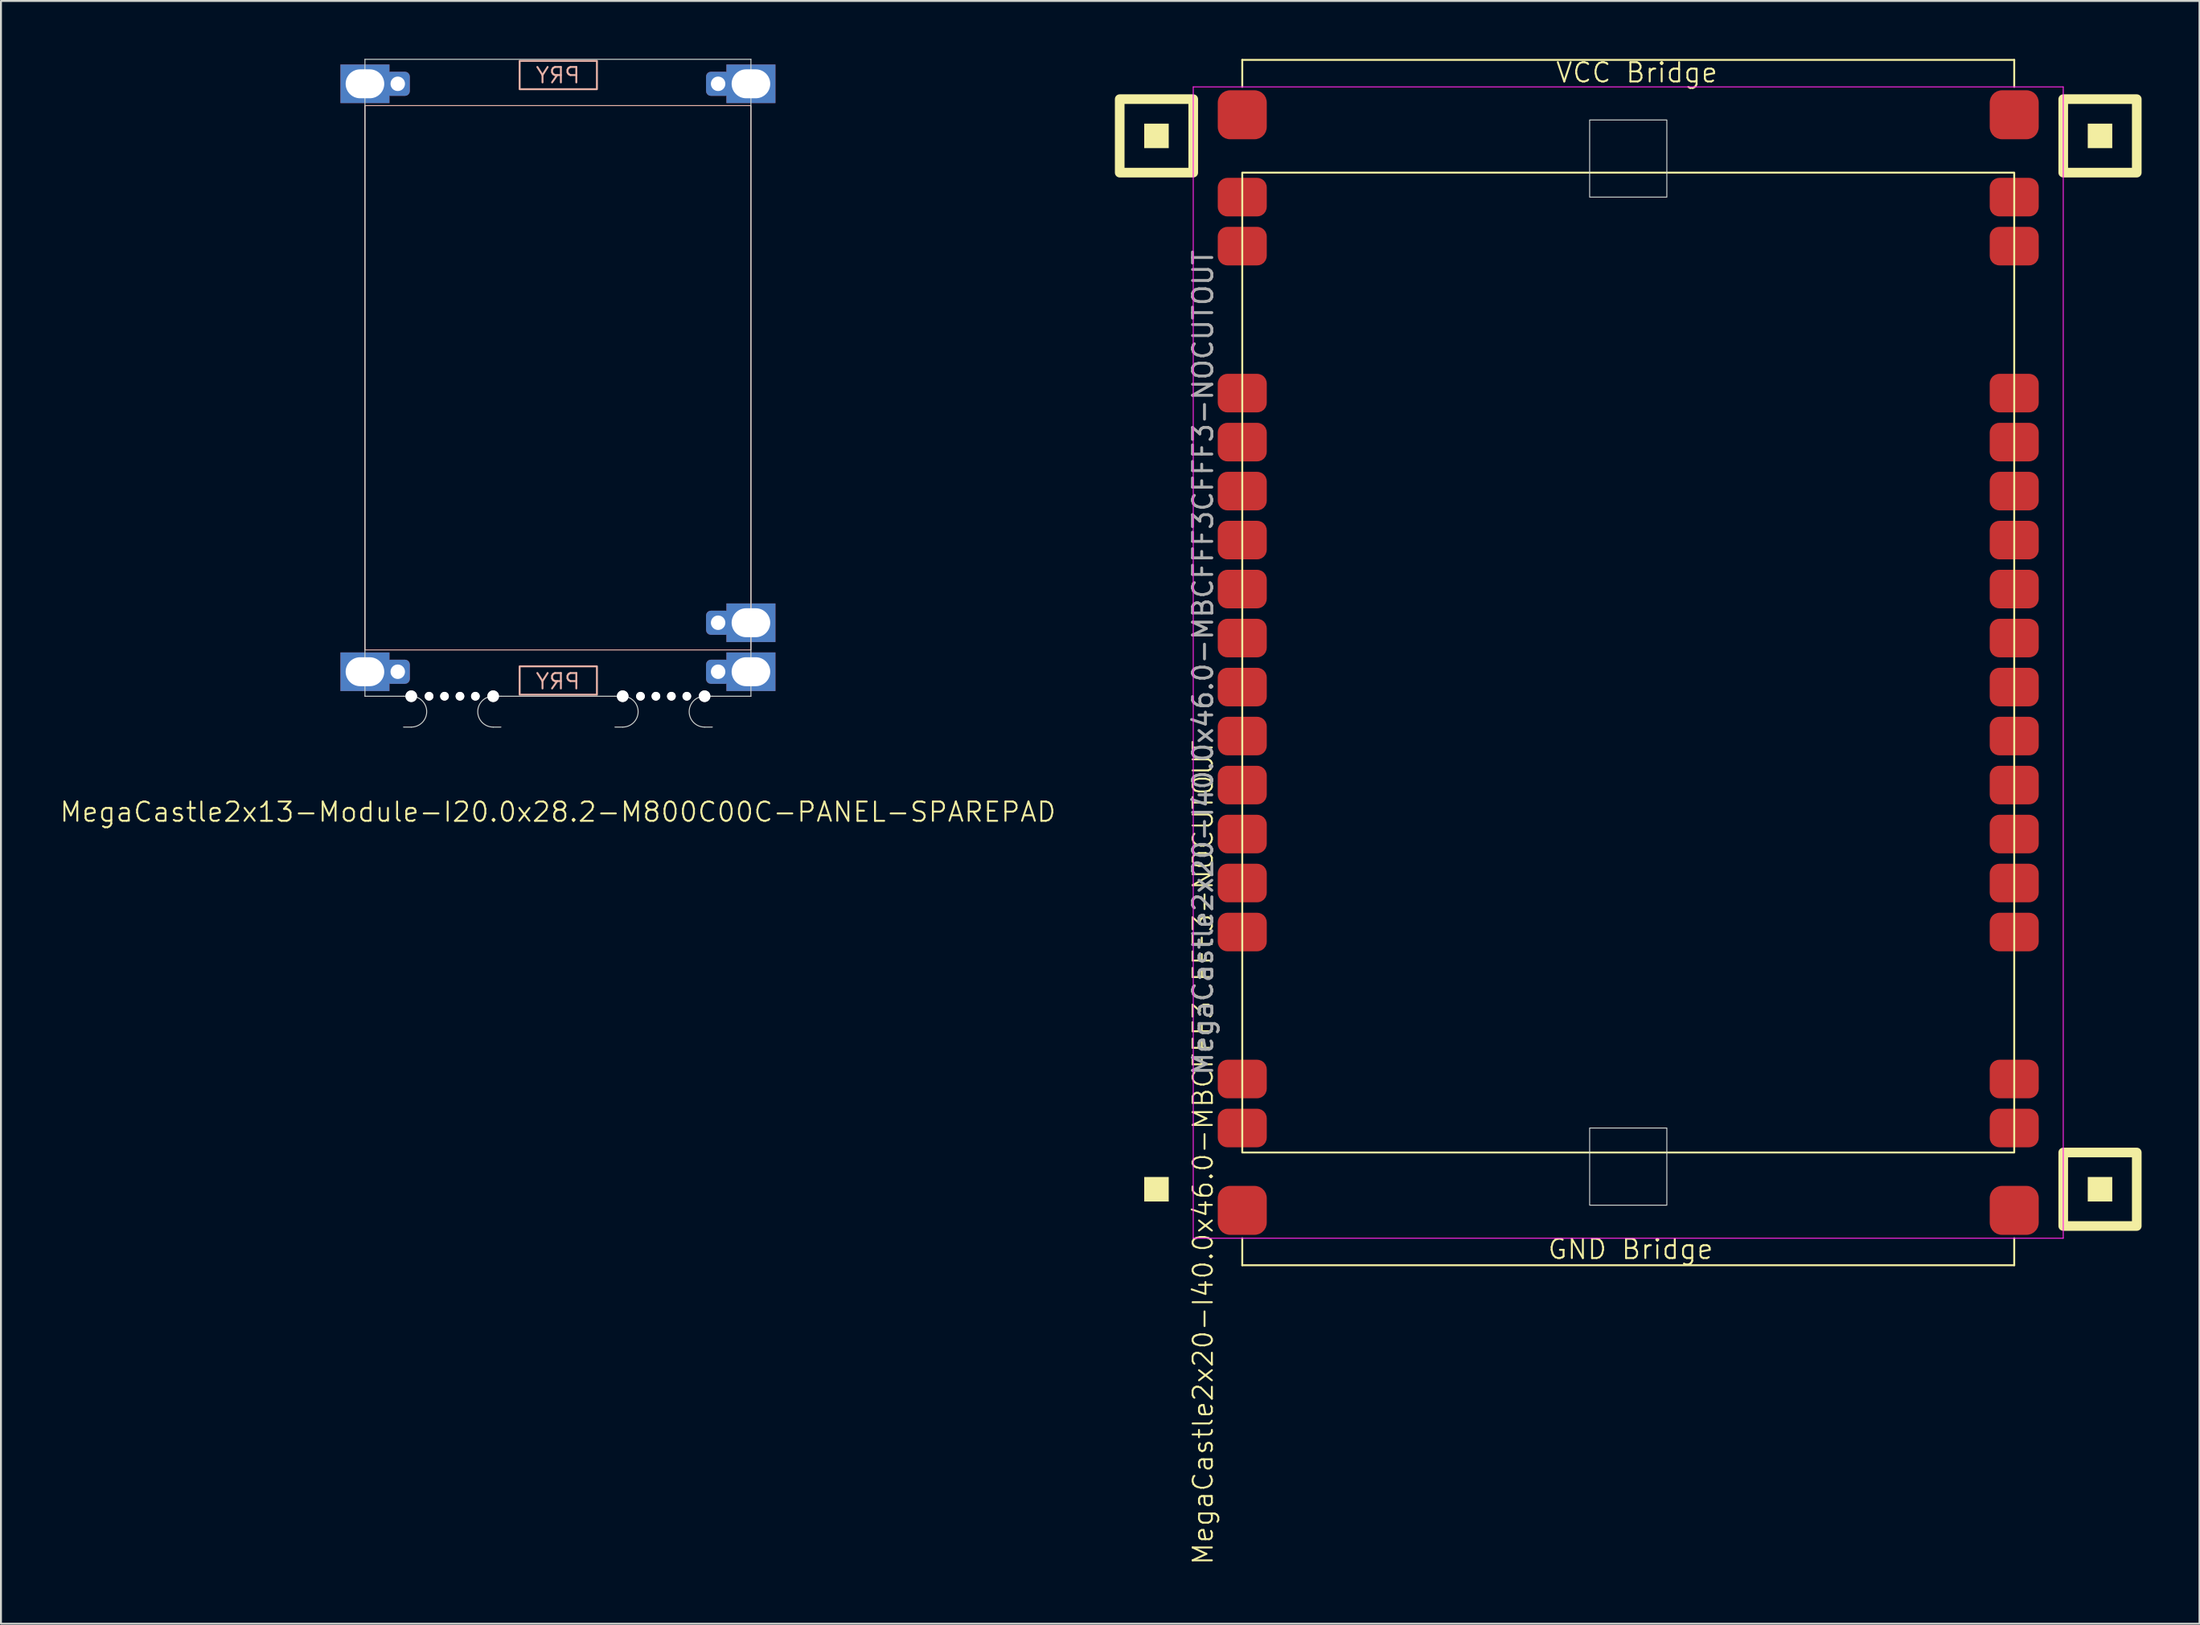
<source format=kicad_pcb>
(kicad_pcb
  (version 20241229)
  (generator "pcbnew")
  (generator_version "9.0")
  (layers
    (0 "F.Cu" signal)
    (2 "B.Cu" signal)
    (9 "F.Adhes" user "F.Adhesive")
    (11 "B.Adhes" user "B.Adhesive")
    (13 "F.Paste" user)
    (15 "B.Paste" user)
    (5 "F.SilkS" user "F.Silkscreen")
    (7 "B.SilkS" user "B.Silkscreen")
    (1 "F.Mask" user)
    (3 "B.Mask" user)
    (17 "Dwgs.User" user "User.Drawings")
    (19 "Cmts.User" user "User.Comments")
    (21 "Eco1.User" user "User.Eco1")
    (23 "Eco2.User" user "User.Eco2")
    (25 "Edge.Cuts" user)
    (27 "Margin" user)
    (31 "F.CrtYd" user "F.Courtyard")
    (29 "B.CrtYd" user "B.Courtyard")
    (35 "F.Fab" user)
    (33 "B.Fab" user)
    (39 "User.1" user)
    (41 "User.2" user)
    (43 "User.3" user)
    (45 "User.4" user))
  (footprint "MegaCastle2x13-Module-I20.0x28.2-M800C00C-PANEL-SPAREPAD"
    (layer "F.Cu")
    (at 25.86 16.535)
    (property "Reference" "MegaCastle2x13-Module-I20.0x28.2-M800C00C-PANEL-SPAREPAD" (at 0 22.51 0) (unlocked yes) (layer "F.SilkS") (effects (font (size 1 1) (thickness 0.1))))
    (attr smd)
    (fp_rect (start -10 14.11) (end 10 -14.11) (stroke (width 0.05) (type default)) (fill no) (layer "B.SilkS"))
    (fp_rect (start -1.984 -14.961) (end 2.02 -16.43) (stroke (width 0.1) (type default)) (fill no) (layer "B.SilkS"))
    (fp_rect (start -1.984 14.961) (end 2.02 16.43) (stroke (width 0.1) (type default)) (fill no) (layer "B.SilkS"))
    (fp_line (start -10 -16.51) (end -10 16.51) (stroke (width 0.05) (type default)) (layer "Edge.Cuts"))
    (fp_line (start -10 -16.51) (end 10 -16.51) (stroke (width 0.05) (type default)) (layer "Edge.Cuts"))
    (fp_line (start -10 16.51) (end -8 16.51) (stroke (width 0.05) (type default)) (layer "Edge.Cuts"))
    (fp_line (start -8 16.51) (end -7.6 16.51) (stroke (width 0.05) (type default)) (layer "Edge.Cuts"))
    (fp_line (start -8 18.11) (end -7.6 18.11) (stroke (width 0.05) (type default)) (layer "Edge.Cuts"))
    (fp_line (start -2.955 16.51) (end -3.355 16.51) (stroke (width 0.05) (type default)) (layer "Edge.Cuts"))
    (fp_line (start -2.955 16.51) (end 2.955 16.51) (stroke (width 0.05) (type default)) (layer "Edge.Cuts"))
    (fp_line (start -2.955 18.11) (end -3.355 18.11) (stroke (width 0.05) (type default)) (layer "Edge.Cuts"))
    (fp_line (start 2.955 16.51) (end 3.355 16.51) (stroke (width 0.05) (type default)) (layer "Edge.Cuts"))
    (fp_line (start 2.955 18.11) (end 3.355 18.11) (stroke (width 0.05) (type default)) (layer "Edge.Cuts"))
    (fp_line (start 8 16.51) (end 7.6 16.51) (stroke (width 0.05) (type default)) (layer "Edge.Cuts"))
    (fp_line (start 8 16.51) (end 10 16.51) (stroke (width 0.05) (type default)) (layer "Edge.Cuts"))
    (fp_line (start 8 18.11) (end 7.6 18.11) (stroke (width 0.05) (type default)) (layer "Edge.Cuts"))
    (fp_line (start 10 -16.51) (end 10 16.51) (stroke (width 0.05) (type default)) (layer "Edge.Cuts"))
    (fp_arc (start -7.6 16.51) (mid -6.8 17.309999) (end -7.6 18.110001) (stroke (width 0.05) (type default)) (layer "Edge.Cuts"))
    (fp_arc (start -3.355 18.110001) (mid -4.155 17.310001) (end -3.355 16.51) (stroke (width 0.05) (type default)) (layer "Edge.Cuts"))
    (fp_arc (start 3.355 16.51) (mid 4.155 17.309999) (end 3.355 18.110001) (stroke (width 0.05) (type default)) (layer "Edge.Cuts"))
    (fp_arc (start 7.6 18.110001) (mid 6.799999 17.31) (end 7.6 16.51) (stroke (width 0.05) (type default)) (layer "Edge.Cuts"))
    (fp_text user "PRY" (at 0 -15.21 0) (unlocked yes) (layer "B.SilkS") (effects (font (size 0.8 0.8) (thickness 0.1)) (justify bottom mirror)))
    (fp_text user "PRY" (at 0 16.21 0) (unlocked yes) (layer "B.SilkS") (effects (font (size 0.8 0.8) (thickness 0.1)) (justify bottom mirror)))
    (pad "" np_thru_hole circle (at -7.6 16.51) (size 0.6 0.6) (drill 0.6) (layers "*.Cu" "Edge.Cuts"))
    (pad "" np_thru_hole circle (at -6.678 16.51) (size 0.45 0.45) (drill 0.45) (layers "*.Cu" "Edge.Cuts"))
    (pad "" np_thru_hole circle (at -5.878 16.51) (size 0.45 0.45) (drill 0.45) (layers "*.Cu" "Edge.Cuts"))
    (pad "" np_thru_hole circle (at -5.077 16.51) (size 0.45 0.45) (drill 0.45) (layers "*.Cu" "Edge.Cuts"))
    (pad "" np_thru_hole circle (at -4.277 16.51) (size 0.45 0.45) (drill 0.45) (layers "*.Cu" "Edge.Cuts"))
    (pad "" np_thru_hole circle (at -3.355 16.51) (size 0.6 0.6) (drill 0.6) (layers "*.Cu" "Edge.Cuts"))
    (pad "" np_thru_hole circle (at 3.355 16.51) (size 0.6 0.6) (drill 0.6) (layers "*.Cu" "Edge.Cuts"))
    (pad "" np_thru_hole circle (at 4.277 16.51) (size 0.45 0.45) (drill 0.45) (layers "*.Cu" "Edge.Cuts"))
    (pad "" np_thru_hole circle (at 5.077 16.51) (size 0.45 0.45) (drill 0.45) (layers "*.Cu" "Edge.Cuts"))
    (pad "" np_thru_hole circle (at 5.878 16.51) (size 0.45 0.45) (drill 0.45) (layers "*.Cu" "Edge.Cuts"))
    (pad "" np_thru_hole circle (at 6.678 16.51) (size 0.45 0.45) (drill 0.45) (layers "*.Cu" "Edge.Cuts"))
    (pad "" np_thru_hole circle (at 7.6 16.51) (size 0.6 0.6) (drill 0.6) (layers "*.Cu" "Edge.Cuts"))
    (pad "1" thru_hole rect (at -10 -15.24) (size 2.54 2) (drill oval 2 1.5) (property pad_prop_castellated) (layers "*.Cu" "*.Mask"))
    (pad "1" thru_hole roundrect (at -8.3 -15.24 180) (size 1.25 1.25) (drill 0.75) (layers "*.Cu" "*.Mask") (roundrect_rratio 0.2))
    (pad "13" thru_hole rect (at -10 15.24) (size 2.54 2) (drill oval 2 1.5) (property pad_prop_castellated) (layers "*.Cu" "*.Mask"))
    (pad "13" thru_hole roundrect (at -8.3 15.24 180) (size 1.25 1.25) (drill 0.75) (layers "*.Cu" "*.Mask") (roundrect_rratio 0.2))
    (pad "14" thru_hole roundrect (at 8.3 -15.24 180) (size 1.25 1.25) (drill 0.75) (layers "*.Cu" "*.Mask") (roundrect_rratio 0.2))
    (pad "14" thru_hole rect (at 10 -15.24) (size 2.54 2) (drill oval 2 1.5) (property pad_prop_castellated) (layers "*.Cu" "*.Mask"))
    (pad "25" thru_hole roundrect (at 8.3 12.7 180) (size 1.25 1.25) (drill 0.75) (layers "*.Cu" "*.Mask") (roundrect_rratio 0.2))
    (pad "25" thru_hole rect (at 10 12.7) (size 2.54 2) (drill oval 2 1.5) (property pad_prop_castellated) (layers "*.Cu" "*.Mask"))
    (pad "26" thru_hole roundrect (at 8.3 15.24 180) (size 1.25 1.25) (drill 0.75) (layers "*.Cu" "*.Mask") (roundrect_rratio 0.2))
    (pad "26" thru_hole rect (at 10 15.24) (size 2.54 2) (drill oval 2 1.5) (property pad_prop_castellated) (layers "*.Cu" "*.Mask"))
    (zone (net_name "") (layer "B.Cu") (hatch edge 0.5) (connect_pads) (min_thickness 0.25) (filled_areas_thickness no) (keepout (tracks allowed) (vias allowed) (pads allowed) (copperpour allowed) (footprints not_allowed)) (placement (enabled no)) (fill) (polygon (pts (xy 15.86 33.045) (xy 15.86 0.025))))
    (zone (net_name "") (layer "B.Cu") (hatch edge 0.5) (connect_pads) (min_thickness 0.25) (filled_areas_thickness no) (keepout (tracks allowed) (vias allowed) (pads allowed) (copperpour allowed) (footprints not_allowed)) (placement (enabled no)) (fill) (polygon (pts (xy 35.86 33.045) (xy 35.86 0.025))))
    (zone (net_name "") (layer "B.Cu") (hatch edge 0.5) (connect_pads) (min_thickness 0.25) (filled_areas_thickness no) (keepout (tracks allowed) (vias allowed) (pads allowed) (copperpour allowed) (footprints not_allowed)) (placement (enabled no)) (fill) (polygon (pts (xy 15.86 0.025) (xy 15.86 2.425) (xy 35.86 2.425) (xy 35.86 0.025))))
    (zone (net_name "") (layer "B.Cu") (hatch edge 0.5) (connect_pads) (min_thickness 0.25) (filled_areas_thickness no) (keepout (tracks allowed) (vias allowed) (pads allowed) (copperpour allowed) (footprints not_allowed)) (placement (enabled no)) (fill) (polygon (pts (xy 15.86 33.045) (xy 15.86 30.645) (xy 35.86 30.645) (xy 35.86 33.045))))
    (zone (net_name "") (layer "B.Cu") (name "Upper Pry Zone") (hatch edge 0.5) (connect_pads) (min_thickness 0.25) (filled_areas_thickness no) (keepout (tracks not_allowed) (vias not_allowed) (pads not_allowed) (copperpour allowed) (footprints not_allowed)) (placement (enabled no)) (fill) (polygon (pts (xy 23.875 1.574) (xy 23.875 0.105) (xy 27.879 0.105) (xy 27.879 1.574))))
    (zone (net_name "") (layer "B.Cu") (name "Upper Pry Zone") (hatch edge 0.5) (connect_pads) (min_thickness 0.25) (filled_areas_thickness no) (keepout (tracks not_allowed) (vias not_allowed) (pads not_allowed) (copperpour allowed) (footprints not_allowed)) (placement (enabled no)) (fill) (polygon (pts (xy 23.875 31.496) (xy 23.875 32.965) (xy 27.879 32.965) (xy 27.879 31.496)))))
  (footprint "MegaCastle2x20-I40.0x46.0-MBCFFF3CFFF3-NOCUTOUT"
    (layer "F.Cu")
    (at 81.319 31.3)
    (property "Reference" "MegaCastle2x20-I40.0x46.0-MBCFFF3CFFF3-NOCUTOUT" (at -22.032 25.4 90) (unlocked yes) (layer "F.SilkS") (effects (font (size 1 1) (thickness 0.1))))
    (attr smd)
    (fp_line (start -20 -31.245) (end 20 -31.245) (stroke (width 0.1) (type default)) (layer "F.SilkS"))
    (fp_line (start -20 -29.845) (end -20 -31.245) (stroke (width 0.1) (type default)) (layer "F.SilkS"))
    (fp_line (start -20 29.845) (end -20 31.245) (stroke (width 0.1) (type default)) (layer "F.SilkS"))
    (fp_line (start -20 31.245) (end 20 31.245) (stroke (width 0.1) (type default)) (layer "F.SilkS"))
    (fp_line (start 20 -29.845) (end 20 -31.245) (stroke (width 0.1) (type default)) (layer "F.SilkS"))
    (fp_line (start 20 29.845) (end 20 31.245) (stroke (width 0.1) (type default)) (layer "F.SilkS"))
    (fp_rect (start -23.81 -26.67) (end -25.08 -27.94) (stroke (width 0) (type solid)) (fill yes) (layer "F.SilkS"))
    (fp_rect (start -23.81 27.94) (end -25.08 26.67) (stroke (width 0) (type solid)) (fill yes) (layer "F.SilkS"))
    (fp_rect (start -22.54 -25.4) (end -26.35 -29.21) (stroke (width 0.5) (type default)) (fill no) (layer "F.SilkS"))
    (fp_rect (start -20 -25.4) (end 20 25.4) (stroke (width 0.1) (type default)) (fill no) (layer "F.SilkS"))
    (fp_rect (start 25.08 -26.67) (end 23.81 -27.94) (stroke (width 0) (type solid)) (fill yes) (layer "F.SilkS"))
    (fp_rect (start 25.08 27.94) (end 23.81 26.67) (stroke (width 0) (type solid)) (fill yes) (layer "F.SilkS"))
    (fp_rect (start 26.35 -25.4) (end 22.54 -29.21) (stroke (width 0.5) (type default)) (fill no) (layer "F.SilkS"))
    (fp_rect (start 26.35 29.21) (end 22.54 25.4) (stroke (width 0.5) (type default)) (fill no) (layer "F.SilkS"))
    (fp_rect (start -2 -24.13) (end 2 -28.13) (stroke (width 0.05) (type default)) (fill no) (layer "Edge.Cuts"))
    (fp_rect (start -2 24.13) (end 2 28.13) (stroke (width 0.05) (type default)) (fill no) (layer "Edge.Cuts"))
    (fp_line (start -22.54 -29.845) (end -22.54 29.845) (stroke (width 0.05) (type default)) (layer "F.CrtYd"))
    (fp_line (start -22.54 29.845) (end 22.54 29.845) (stroke (width 0.05) (type default)) (layer "F.CrtYd"))
    (fp_line (start 22.54 -29.845) (end -22.54 -29.845) (stroke (width 0.05) (type default)) (layer "F.CrtYd"))
    (fp_line (start 22.54 -29.845) (end 22.54 29.845) (stroke (width 0.05) (type default)) (layer "F.CrtYd"))
    (fp_text user "GND Bridge" (at -4.226 31 0) (unlocked yes) (layer "F.SilkS") (effects (font (size 1 1) (thickness 0.1)) (justify left bottom)))
    (fp_text user "VCC Bridge" (at -3.81 -30 0) (unlocked yes) (layer "F.SilkS") (effects (font (size 1 1) (thickness 0.1)) (justify left bottom)))
    (fp_text user "${REFERENCE}" (at -22.032 0 90) (unlocked yes) (layer "F.Fab") (effects (font (size 1 1) (thickness 0.15))))
    (pad "1" smd roundrect (at -20 -24.13) (size 2.54 2) (layers "F.Cu" "F.Mask" "F.Paste") (roundrect_rratio 0.25))
    (pad "2" smd roundrect (at -20 -21.59) (size 2.54 2) (layers "F.Cu" "F.Mask" "F.Paste") (roundrect_rratio 0.25))
    (pad "5" smd roundrect (at -20 -13.97) (size 2.54 2) (layers "F.Cu" "F.Mask" "F.Paste") (roundrect_rratio 0.25))
    (pad "6" smd roundrect (at -20 -11.43) (size 2.54 2) (layers "F.Cu" "F.Mask" "F.Paste") (roundrect_rratio 0.25))
    (pad "7" smd roundrect (at -20 -8.89) (size 2.54 2) (layers "F.Cu" "F.Mask" "F.Paste") (roundrect_rratio 0.25))
    (pad "8" smd roundrect (at -20 -6.35) (size 2.54 2) (layers "F.Cu" "F.Mask" "F.Paste") (roundrect_rratio 0.25))
    (pad "9" smd roundrect (at -20 -3.81) (size 2.54 2) (layers "F.Cu" "F.Mask" "F.Paste") (roundrect_rratio 0.25))
    (pad "10" smd roundrect (at -20 -1.27) (size 2.54 2) (layers "F.Cu" "F.Mask" "F.Paste") (roundrect_rratio 0.25))
    (pad "11" smd roundrect (at -20 1.27) (size 2.54 2) (layers "F.Cu" "F.Mask" "F.Paste") (roundrect_rratio 0.25))
    (pad "12" smd roundrect (at -20 3.81) (size 2.54 2) (layers "F.Cu" "F.Mask" "F.Paste") (roundrect_rratio 0.25))
    (pad "13" smd roundrect (at -20 6.35) (size 2.54 2) (layers "F.Cu" "F.Mask" "F.Paste") (roundrect_rratio 0.25))
    (pad "14" smd roundrect (at -20 8.89) (size 2.54 2) (layers "F.Cu" "F.Mask" "F.Paste") (roundrect_rratio 0.25))
    (pad "15" smd roundrect (at -20 11.43) (size 2.54 2) (layers "F.Cu" "F.Mask" "F.Paste") (roundrect_rratio 0.25))
    (pad "16" smd roundrect (at -20 13.97) (size 2.54 2) (layers "F.Cu" "F.Mask" "F.Paste") (roundrect_rratio 0.25))
    (pad "19" smd roundrect (at -20 21.59) (size 2.54 2) (layers "F.Cu" "F.Mask" "F.Paste") (roundrect_rratio 0.25))
    (pad "20" smd roundrect (at -20 24.13) (size 2.54 2) (layers "F.Cu" "F.Mask" "F.Paste") (roundrect_rratio 0.25))
    (pad "21" smd roundrect (at 20 -24.13) (size 2.54 2) (layers "F.Cu" "F.Mask" "F.Paste") (roundrect_rratio 0.25))
    (pad "22" smd roundrect (at 20 -21.59) (size 2.54 2) (layers "F.Cu" "F.Mask" "F.Paste") (roundrect_rratio 0.25))
    (pad "25" smd roundrect (at 20 -13.97) (size 2.54 2) (layers "F.Cu" "F.Mask" "F.Paste") (roundrect_rratio 0.25))
    (pad "26" smd roundrect (at 20 -11.43) (size 2.54 2) (layers "F.Cu" "F.Mask" "F.Paste") (roundrect_rratio 0.25))
    (pad "27" smd roundrect (at 20 -8.89) (size 2.54 2) (layers "F.Cu" "F.Mask" "F.Paste") (roundrect_rratio 0.25))
    (pad "28" smd roundrect (at 20 -6.35) (size 2.54 2) (layers "F.Cu" "F.Mask" "F.Paste") (roundrect_rratio 0.25))
    (pad "29" smd roundrect (at 20 -3.81) (size 2.54 2) (layers "F.Cu" "F.Mask" "F.Paste") (roundrect_rratio 0.25))
    (pad "30" smd roundrect (at 20 -1.27) (size 2.54 2) (layers "F.Cu" "F.Mask" "F.Paste") (roundrect_rratio 0.25))
    (pad "31" smd roundrect (at 20 1.27) (size 2.54 2) (layers "F.Cu" "F.Mask" "F.Paste") (roundrect_rratio 0.25))
    (pad "32" smd roundrect (at 20 3.81) (size 2.54 2) (layers "F.Cu" "F.Mask" "F.Paste") (roundrect_rratio 0.25))
    (pad "33" smd roundrect (at 20 6.35) (size 2.54 2) (layers "F.Cu" "F.Mask" "F.Paste") (roundrect_rratio 0.25))
    (pad "34" smd roundrect (at 20 8.89) (size 2.54 2) (layers "F.Cu" "F.Mask" "F.Paste") (roundrect_rratio 0.25))
    (pad "35" smd roundrect (at 20 11.43) (size 2.54 2) (layers "F.Cu" "F.Mask" "F.Paste") (roundrect_rratio 0.25))
    (pad "36" smd roundrect (at 20 13.97) (size 2.54 2) (layers "F.Cu" "F.Mask" "F.Paste") (roundrect_rratio 0.25))
    (pad "39" smd roundrect (at 20 21.59) (size 2.54 2) (layers "F.Cu" "F.Mask" "F.Paste") (roundrect_rratio 0.25))
    (pad "40" smd roundrect (at 20 24.13) (size 2.54 2) (layers "F.Cu" "F.Mask" "F.Paste") (roundrect_rratio 0.25))
    (pad "A1" smd roundrect (at -20 -28.4) (size 2.54 2.54) (layers "F.Cu" "F.Mask" "F.Paste") (roundrect_rratio 0.25))
    (pad "A2" smd roundrect (at 20 -28.4) (size 2.54 2.54) (layers "F.Cu" "F.Mask" "F.Paste") (roundrect_rratio 0.25))
    (pad "B1" smd roundrect (at -20 28.4) (size 2.54 2.54) (layers "F.Cu" "F.Mask" "F.Paste") (roundrect_rratio 0.25))
    (pad "B2" smd roundrect (at 20 28.4) (size 2.54 2.54) (layers "F.Cu" "F.Mask" "F.Paste") (roundrect_rratio 0.25)))
  (gr_rect
    (start -3 -3)
    (end 110.919 81.131)
    (stroke (width 0.1) (type default))
    (fill no)
    (layer "Edge.Cuts")))
</source>
